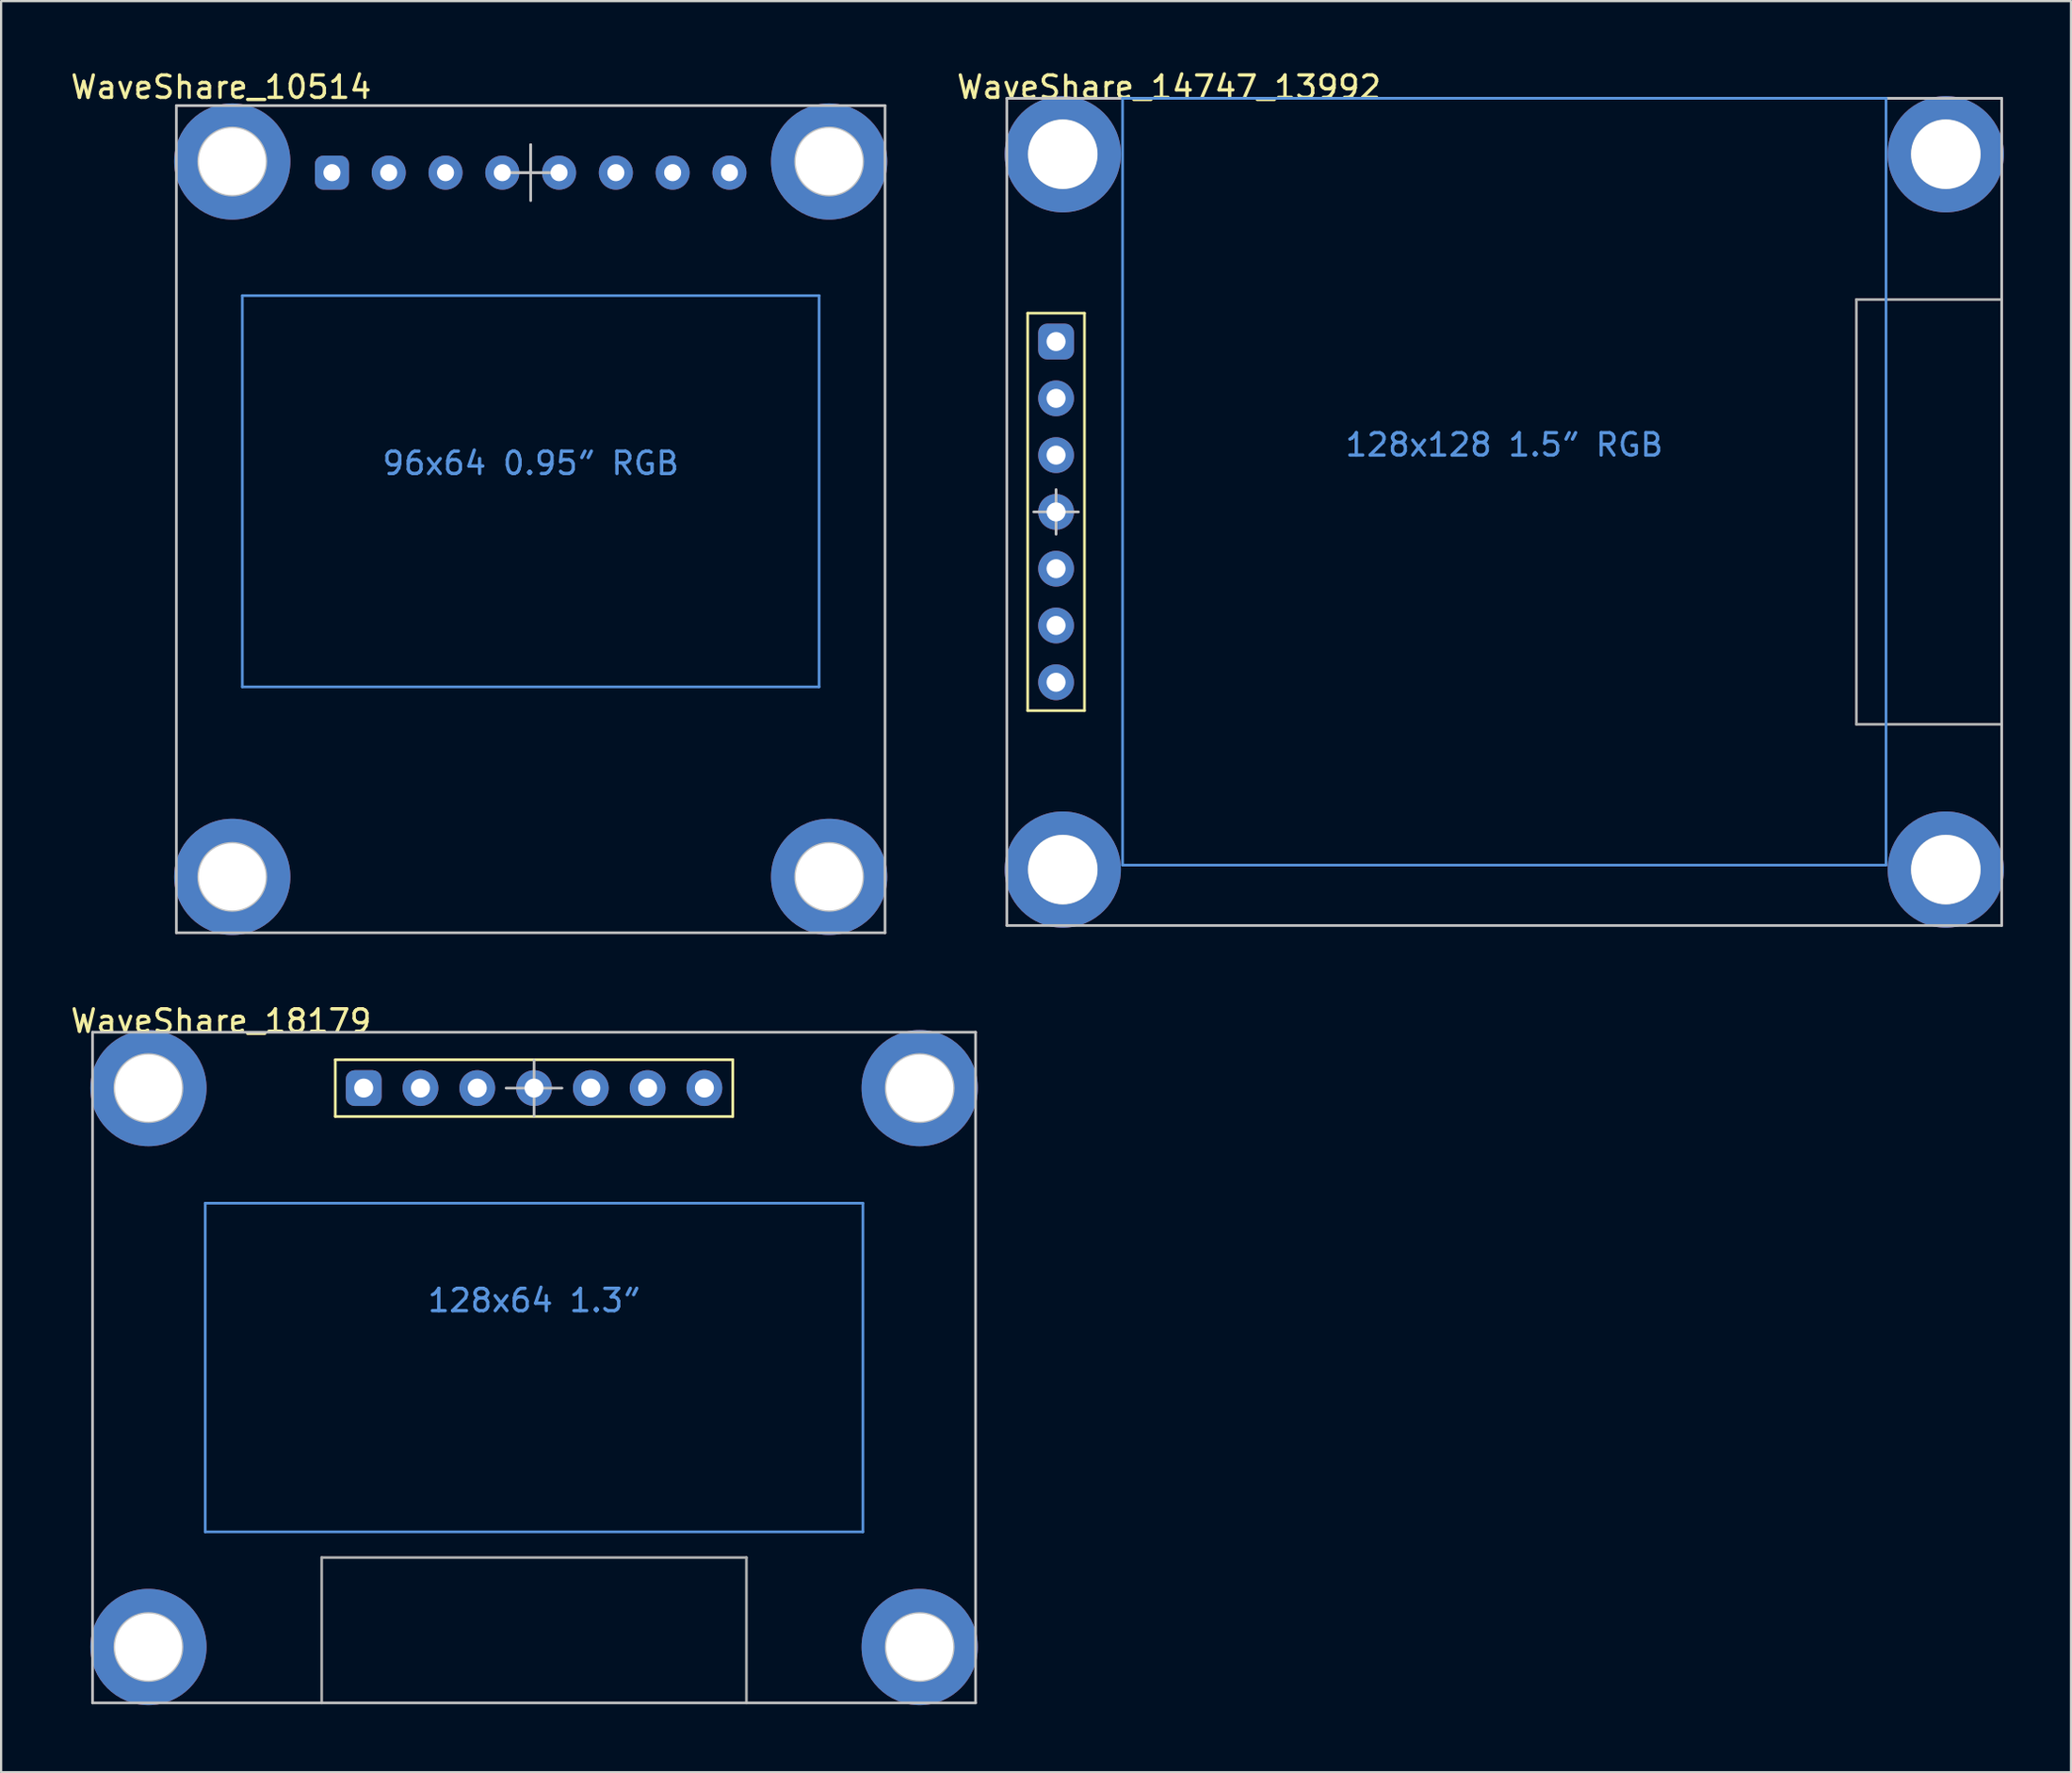
<source format=kicad_pcb>
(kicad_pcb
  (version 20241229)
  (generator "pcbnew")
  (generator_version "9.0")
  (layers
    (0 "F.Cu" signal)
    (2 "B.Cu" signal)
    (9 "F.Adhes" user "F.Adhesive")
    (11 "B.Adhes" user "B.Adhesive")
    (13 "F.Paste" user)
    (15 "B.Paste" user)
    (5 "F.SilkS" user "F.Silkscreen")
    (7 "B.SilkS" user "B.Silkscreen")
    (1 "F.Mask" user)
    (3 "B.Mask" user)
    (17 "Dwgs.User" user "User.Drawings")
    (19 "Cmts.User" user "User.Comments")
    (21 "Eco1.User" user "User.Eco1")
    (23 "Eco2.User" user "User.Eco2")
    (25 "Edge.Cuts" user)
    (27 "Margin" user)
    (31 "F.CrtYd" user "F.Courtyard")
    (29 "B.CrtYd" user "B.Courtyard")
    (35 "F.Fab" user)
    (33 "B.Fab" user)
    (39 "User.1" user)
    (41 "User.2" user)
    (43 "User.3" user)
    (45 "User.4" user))
  (footprint "WaveShare_18179"
    (layer "F.Cu")
    (at 20.839 58.121)
    (property "Reference" "WaveShare_18179" (at -14 -15.5 0) (layer "F.SilkS") (effects (font (size 1 1) (thickness 0.15))))
    (attr through_hole)
    (fp_line (start -8.89 -13.77) (end 8.89 -13.77) (stroke (width 0.12) (type solid)) (layer "F.SilkS"))
    (fp_line (start -8.89 -11.23) (end -8.89 -13.77) (stroke (width 0.12) (type solid)) (layer "F.SilkS"))
    (fp_line (start 8.89 -13.77) (end 8.89 -11.23) (stroke (width 0.12) (type solid)) (layer "F.SilkS"))
    (fp_line (start 8.89 -11.23) (end -8.89 -11.23) (stroke (width 0.12) (type solid)) (layer "F.SilkS"))
    (fp_line (start -19.75 -15) (end 19.75 -15) (stroke (width 0.12) (type solid)) (layer "Dwgs.User"))
    (fp_line (start -19.75 15) (end -19.75 -15) (stroke (width 0.12) (type solid)) (layer "Dwgs.User"))
    (fp_line (start -1.25 -12.5) (end 0 -12.5) (stroke (width 0.12) (type solid)) (layer "Dwgs.User"))
    (fp_line (start 0 -13.75) (end 0 -12.5) (stroke (width 0.12) (type solid)) (layer "Dwgs.User"))
    (fp_line (start 0 -12.5) (end 0 -11.25) (stroke (width 0.12) (type solid)) (layer "Dwgs.User"))
    (fp_line (start 1.25 -12.5) (end 0 -12.5) (stroke (width 0.12) (type solid)) (layer "Dwgs.User"))
    (fp_line (start 19.75 -15) (end 19.75 15) (stroke (width 0.12) (type solid)) (layer "Dwgs.User"))
    (fp_line (start 19.75 15) (end -19.75 15) (stroke (width 0.12) (type solid)) (layer "Dwgs.User"))
    (fp_circle (center -17.25 -12.5) (end -15.75 -12.5) (stroke (width 0.12) (type solid)) (fill no) (layer "Dwgs.User"))
    (fp_circle (center -17.25 12.5) (end -15.75 12.5) (stroke (width 0.12) (type solid)) (fill no) (layer "Dwgs.User"))
    (fp_circle (center 17.25 -12.5) (end 18.75 -12.5) (stroke (width 0.12) (type solid)) (fill no) (layer "Dwgs.User"))
    (fp_circle (center 17.25 12.5) (end 18.75 12.5) (stroke (width 0.12) (type solid)) (fill no) (layer "Dwgs.User"))
    (fp_line (start -14.71 -7.35) (end -14.71 7.35) (stroke (width 0.12) (type solid)) (layer "Cmts.User"))
    (fp_line (start -14.71 -7.35) (end 14.71 -7.35) (stroke (width 0.12) (type solid)) (layer "Cmts.User"))
    (fp_line (start -14.71 7.35) (end 14.71 7.35) (stroke (width 0.12) (type solid)) (layer "Cmts.User"))
    (fp_line (start 14.71 -7.35) (end 14.71 7.35) (stroke (width 0.12) (type solid)) (layer "Cmts.User"))
    (fp_line (start -9.5 8.5) (end -9.5 15) (stroke (width 0.12) (type solid)) (layer "F.Fab"))
    (fp_line (start 9.5 8.5) (end -9.5 8.5) (stroke (width 0.12) (type solid)) (layer "F.Fab"))
    (fp_line (start 9.5 15) (end 9.5 8.5) (stroke (width 0.12) (type solid)) (layer "F.Fab"))
    (fp_text user "128x64 1.3″" (at 0 -3 0) (layer "Cmts.User") (effects (font (size 1 1) (thickness 0.15))))
    (pad "1" thru_hole roundrect (at -7.62 -12.5) (size 1.6 1.6) (drill 0.85) (layers "*.Cu" "*.Mask") (roundrect_rratio 0.25))
    (pad "2" thru_hole circle (at -5.08 -12.5) (size 1.6 1.6) (drill 0.85) (layers "*.Cu" "*.Mask"))
    (pad "3" thru_hole circle (at -2.54 -12.5) (size 1.6 1.6) (drill 0.85) (layers "*.Cu" "*.Mask"))
    (pad "4" thru_hole circle (at 0 -12.5) (size 1.6 1.6) (drill 0.85) (layers "*.Cu" "*.Mask"))
    (pad "5" thru_hole circle (at 2.54 -12.5) (size 1.6 1.6) (drill 0.85) (layers "*.Cu" "*.Mask"))
    (pad "6" thru_hole circle (at 5.08 -12.5) (size 1.6 1.6) (drill 0.85) (layers "*.Cu" "*.Mask"))
    (pad "7" thru_hole circle (at 7.62 -12.5) (size 1.6 1.6) (drill 0.85) (layers "*.Cu" "*.Mask"))
    (pad "MP" thru_hole circle (at -17.25 -12.5) (size 5.2 5.2) (drill 3) (layers "*.Cu" "*.Mask"))
    (pad "MP" thru_hole circle (at -17.25 12.5) (size 5.2 5.2) (drill 3) (layers "*.Cu" "*.Mask"))
    (pad "MP" thru_hole circle (at 17.25 -12.5) (size 5.2 5.2) (drill 3) (layers "*.Cu" "*.Mask"))
    (pad "MP" thru_hole circle (at 17.25 12.5) (size 5.2 5.2) (drill 3) (layers "*.Cu" "*.Mask")))
  (footprint "WaveShare_14747_13992"
    (layer "F.Cu")
    (at 64.24 19.848)
    (property "Reference" "WaveShare_14747_13992" (at -15 -19 0) (layer "F.SilkS") (effects (font (size 1 1) (thickness 0.15))))
    (attr through_hole)
    (fp_line (start -21.32 -8.89) (end -18.78 -8.89) (stroke (width 0.12) (type solid)) (layer "F.SilkS"))
    (fp_line (start -21.32 8.89) (end -21.32 -8.89) (stroke (width 0.12) (type solid)) (layer "F.SilkS"))
    (fp_line (start -18.78 -8.89) (end -18.78 8.89) (stroke (width 0.12) (type solid)) (layer "F.SilkS"))
    (fp_line (start -18.78 8.89) (end -21.32 8.89) (stroke (width 0.12) (type solid)) (layer "F.SilkS"))
    (fp_line (start -22.25 -18.5) (end 22.25 -18.5) (stroke (width 0.12) (type solid)) (layer "Dwgs.User"))
    (fp_line (start -22.25 18.5) (end -22.25 -18.5) (stroke (width 0.12) (type solid)) (layer "Dwgs.User"))
    (fp_line (start -22.25 18.5) (end 22.25 18.5) (stroke (width 0.12) (type solid)) (layer "Dwgs.User"))
    (fp_line (start -21.05 0) (end -20.05 0) (stroke (width 0.12) (type solid)) (layer "Dwgs.User"))
    (fp_line (start -20.05 0) (end -20.05 -1) (stroke (width 0.12) (type solid)) (layer "Dwgs.User"))
    (fp_line (start -20.05 0) (end -20.05 1) (stroke (width 0.12) (type solid)) (layer "Dwgs.User"))
    (fp_line (start -20.05 0) (end -19.05 0) (stroke (width 0.12) (type solid)) (layer "Dwgs.User"))
    (fp_line (start 22.25 -18.5) (end 22.25 18.5) (stroke (width 0.12) (type solid)) (layer "Dwgs.User"))
    (fp_circle (center -19.75 -16) (end -18.25 -16) (stroke (width 0.12) (type solid)) (fill no) (layer "Dwgs.User"))
    (fp_circle (center -19.75 16) (end -18.25 16) (stroke (width 0.12) (type solid)) (fill no) (layer "Dwgs.User"))
    (fp_circle (center 19.75 -16) (end 21.25 -16) (stroke (width 0.12) (type solid)) (fill no) (layer "Dwgs.User"))
    (fp_circle (center 19.75 16) (end 21.25 16) (stroke (width 0.12) (type solid)) (fill no) (layer "Dwgs.User"))
    (fp_line (start -17.075 -18.5) (end -17.075 15.8) (stroke (width 0.12) (type solid)) (layer "Cmts.User"))
    (fp_line (start -17.075 -18.5) (end 17.075 -18.5) (stroke (width 0.12) (type solid)) (layer "Cmts.User"))
    (fp_line (start -17.075 15.8) (end 17.075 15.8) (stroke (width 0.12) (type solid)) (layer "Cmts.User"))
    (fp_line (start 17.075 -18.5) (end 17.075 15.8) (stroke (width 0.12) (type solid)) (layer "Cmts.User"))
    (fp_line (start 15.75 -9.5) (end 15.75 9.5) (stroke (width 0.12) (type solid)) (layer "F.Fab"))
    (fp_line (start 15.75 9.5) (end 22.25 9.5) (stroke (width 0.12) (type solid)) (layer "F.Fab"))
    (fp_line (start 22.25 -9.5) (end 15.75 -9.5) (stroke (width 0.12) (type solid)) (layer "F.Fab"))
    (fp_text user "128x128 1.5″ RGB" (at 0 -3 0) (layer "Cmts.User") (effects (font (size 1 1) (thickness 0.15))))
    (pad "1" thru_hole roundrect (at -20.05 -7.62) (size 1.6 1.6) (drill 0.85) (layers "*.Cu" "*.Mask") (roundrect_rratio 0.25))
    (pad "2" thru_hole circle (at -20.05 -5.08) (size 1.6 1.6) (drill 0.85) (layers "*.Cu" "*.Mask"))
    (pad "3" thru_hole circle (at -20.05 -2.54) (size 1.6 1.6) (drill 0.85) (layers "*.Cu" "*.Mask"))
    (pad "4" thru_hole circle (at -20.05 0) (size 1.6 1.6) (drill 0.85) (layers "*.Cu" "*.Mask"))
    (pad "5" thru_hole circle (at -20.05 2.54) (size 1.6 1.6) (drill 0.85) (layers "*.Cu" "*.Mask"))
    (pad "6" thru_hole circle (at -20.05 5.08) (size 1.6 1.6) (drill 0.85) (layers "*.Cu" "*.Mask"))
    (pad "7" thru_hole circle (at -20.05 7.62) (size 1.6 1.6) (drill 0.85) (layers "*.Cu" "*.Mask"))
    (pad "MP" thru_hole circle (at -19.75 -16) (size 5.2 5.2) (drill 3.1) (layers "*.Cu" "*.Mask"))
    (pad "MP" thru_hole circle (at -19.75 16) (size 5.2 5.2) (drill 3.1) (layers "*.Cu" "*.Mask"))
    (pad "MP" thru_hole circle (at 19.75 -16) (size 5.2 5.2) (drill 3.1) (layers "*.Cu" "*.Mask"))
    (pad "MP" thru_hole circle (at 19.75 16) (size 5.2 5.2) (drill 3.1) (layers "*.Cu" "*.Mask")))
  (footprint "WaveShare_10514"
    (layer "F.Cu")
    (at 20.689 1.673)
    (property "Reference" "WaveShare_10514" (at -13.85 -0.825 0) (layer "F.SilkS") (effects (font (size 1 1) (thickness 0.15))))
    (attr through_hole)
    (fp_line (start -15.85 0) (end 15.85 0) (stroke (width 0.12) (type solid)) (layer "Dwgs.User"))
    (fp_line (start -15.85 37) (end -15.85 0) (stroke (width 0.12) (type solid)) (layer "Dwgs.User"))
    (fp_line (start -15.85 37) (end 15.85 37) (stroke (width 0.12) (type solid)) (layer "Dwgs.User"))
    (fp_line (start -1.25 3) (end 0 3) (stroke (width 0.12) (type solid)) (layer "Dwgs.User"))
    (fp_line (start 0 1.75) (end 0 3) (stroke (width 0.12) (type solid)) (layer "Dwgs.User"))
    (fp_line (start 0 3) (end -1.25 3) (stroke (width 0.12) (type solid)) (layer "Dwgs.User"))
    (fp_line (start 0 3) (end 0 1.75) (stroke (width 0.12) (type solid)) (layer "Dwgs.User"))
    (fp_line (start 0 3) (end 0 4.25) (stroke (width 0.12) (type solid)) (layer "Dwgs.User"))
    (fp_line (start 0 3) (end 1.25 3) (stroke (width 0.12) (type solid)) (layer "Dwgs.User"))
    (fp_line (start 1.25 3) (end 0 3) (stroke (width 0.12) (type solid)) (layer "Dwgs.User"))
    (fp_line (start 15.85 0) (end 15.85 37) (stroke (width 0.12) (type solid)) (layer "Dwgs.User"))
    (fp_circle (center -13.35 2.5) (end -13.3 2.5) (stroke (width 0.12) (type solid)) (fill no) (layer "Dwgs.User"))
    (fp_circle (center -13.35 2.5) (end -11.85 2.5) (stroke (width 0.12) (type solid)) (fill no) (layer "Dwgs.User"))
    (fp_circle (center -13.35 34.5) (end -13.3 34.5) (stroke (width 0.12) (type solid)) (fill no) (layer "Dwgs.User"))
    (fp_circle (center -13.35 34.5) (end -11.85 34.5) (stroke (width 0.12) (type solid)) (fill no) (layer "Dwgs.User"))
    (fp_circle (center 13.35 2.5) (end 13.4 2.5) (stroke (width 0.12) (type solid)) (fill no) (layer "Dwgs.User"))
    (fp_circle (center 13.35 2.5) (end 14.85 2.5) (stroke (width 0.12) (type solid)) (fill no) (layer "Dwgs.User"))
    (fp_circle (center 13.35 34.5) (end 13.4 34.5) (stroke (width 0.12) (type solid)) (fill no) (layer "Dwgs.User"))
    (fp_circle (center 13.35 34.5) (end 14.85 34.5) (stroke (width 0.12) (type solid)) (fill no) (layer "Dwgs.User"))
    (fp_line (start -12.9 8.5) (end -12.9 26) (stroke (width 0.12) (type solid)) (layer "Cmts.User"))
    (fp_line (start -12.9 8.5) (end 12.9 8.5) (stroke (width 0.12) (type solid)) (layer "Cmts.User"))
    (fp_line (start -12.9 26) (end 12.9 26) (stroke (width 0.12) (type solid)) (layer "Cmts.User"))
    (fp_line (start 12.9 8.5) (end 12.9 26) (stroke (width 0.12) (type solid)) (layer "Cmts.User"))
    (fp_text user "96x64 0.95″ RGB" (at 0 16 0) (layer "Cmts.User") (effects (font (size 1 1) (thickness 0.15))))
    (pad "1" thru_hole roundrect (at -8.89 3) (size 1.524 1.524) (drill 0.762) (layers "*.Cu" "*.Mask") (roundrect_rratio 0.25))
    (pad "2" thru_hole circle (at -6.35 3) (size 1.524 1.524) (drill 0.762) (layers "*.Cu" "*.Mask"))
    (pad "3" thru_hole circle (at -3.81 3) (size 1.524 1.524) (drill 0.762) (layers "*.Cu" "*.Mask"))
    (pad "4" thru_hole circle (at -1.27 3) (size 1.524 1.524) (drill 0.762) (layers "*.Cu" "*.Mask"))
    (pad "5" thru_hole circle (at 1.27 3) (size 1.524 1.524) (drill 0.762) (layers "*.Cu" "*.Mask"))
    (pad "6" thru_hole circle (at 3.81 3) (size 1.524 1.524) (drill 0.762) (layers "*.Cu" "*.Mask"))
    (pad "7" thru_hole circle (at 6.35 3) (size 1.524 1.524) (drill 0.762) (layers "*.Cu" "*.Mask"))
    (pad "8" thru_hole circle (at 8.89 3) (size 1.524 1.524) (drill 0.762) (layers "*.Cu" "*.Mask"))
    (pad "MP" thru_hole circle (at -13.35 2.5) (size 5.2 5.2) (drill 3) (layers "*.Cu" "*.Mask"))
    (pad "MP" thru_hole circle (at -13.35 34.5) (size 5.2 5.2) (drill 3) (layers "*.Cu" "*.Mask"))
    (pad "MP" thru_hole circle (at 13.35 2.5) (size 5.2 5.2) (drill 3) (layers "*.Cu" "*.Mask"))
    (pad "MP" thru_hole circle (at 13.35 34.5) (size 5.2 5.2) (drill 3) (layers "*.Cu" "*.Mask")))
  (gr_rect
    (start -3 -3)
    (end 89.59 76.222)
    (stroke (width 0.1) (type default))
    (fill no)
    (layer "Edge.Cuts")))
</source>
